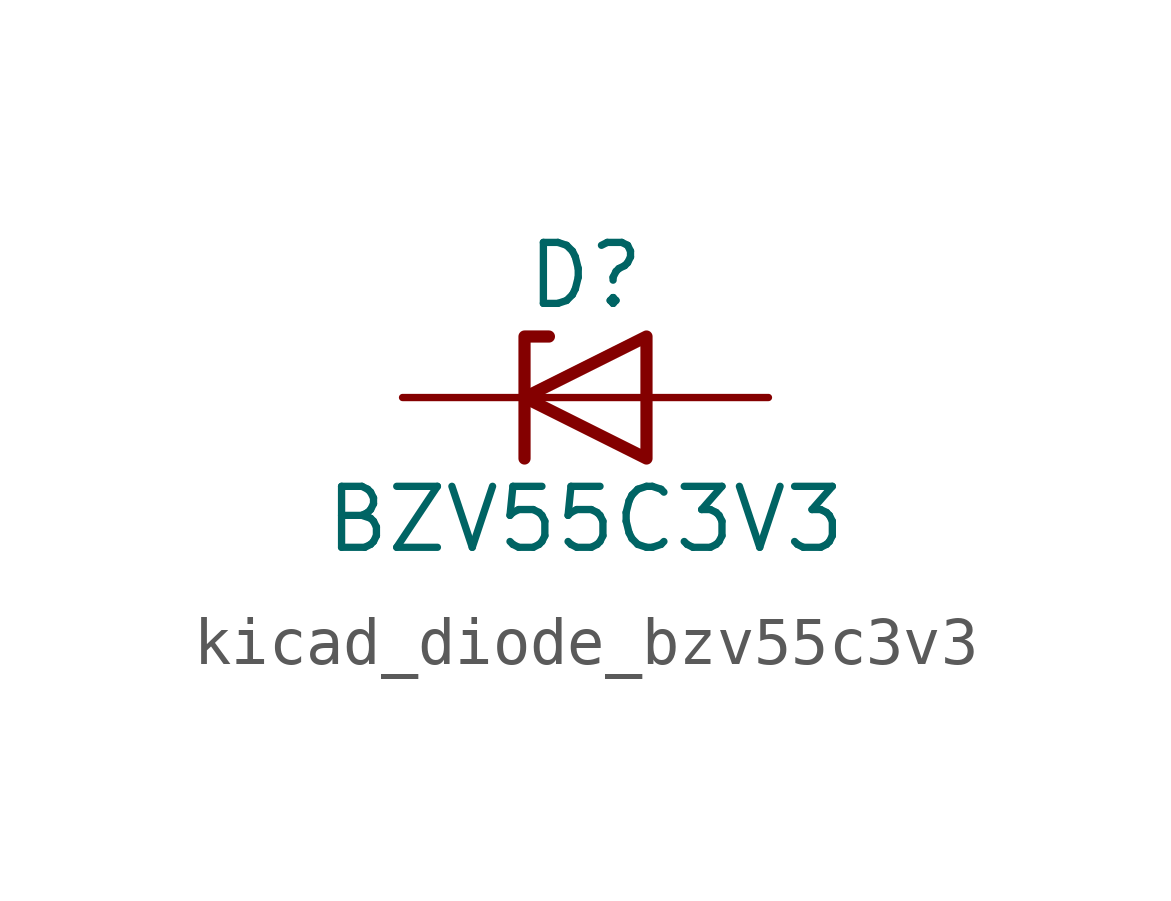
<source format=kicad_sym>
(kicad_symbol_lib
  (version 20220914)
  (generator kicad_symbol_editor)
  (symbol "kicad_diode_bzv55c3v3"
    (pin_numbers hide)
    (pin_names hide)
    (property "Reference" "D"
      (at 0 2.54 0)
      (effects (font (size 1.27 1.27))))
    (property "Value" "BZV55C3V3"
      (at 0 -2.54 0)
      (effects (font (size 1.27 1.27))))
    (symbol "kicad_diode_bzv55c3v3_0_1"
      (polyline (pts (xy 1.27 0) (xy -1.27 0)) (stroke (width 0) (type default)) (fill (type none)))
      (polyline (pts (xy -1.27 -1.27) (xy -1.27 1.27) (xy -0.762 1.27)) (stroke (width 0.254) (type default)) (fill (type none)))
      (polyline (pts (xy 1.27 -1.27) (xy 1.27 1.27) (xy -1.27 0) (xy 1.27 -1.27)) (stroke (width 0.254) (type default)) (fill (type none))))
    (symbol "kicad_diode_bzv55c3v3_1_1"
      (pin passive line (at -3.81 0 0) (length 2.54) (name "K" (effects (font (size 1.27 1.27)))) (number "1" (effects (font (size 1.27 1.27)))))
      (pin passive line (at 3.81 0 180) (length 2.54) (name "A" (effects (font (size 1.27 1.27)))) (number "2" (effects (font (size 1.27 1.27))))))))
</source>
